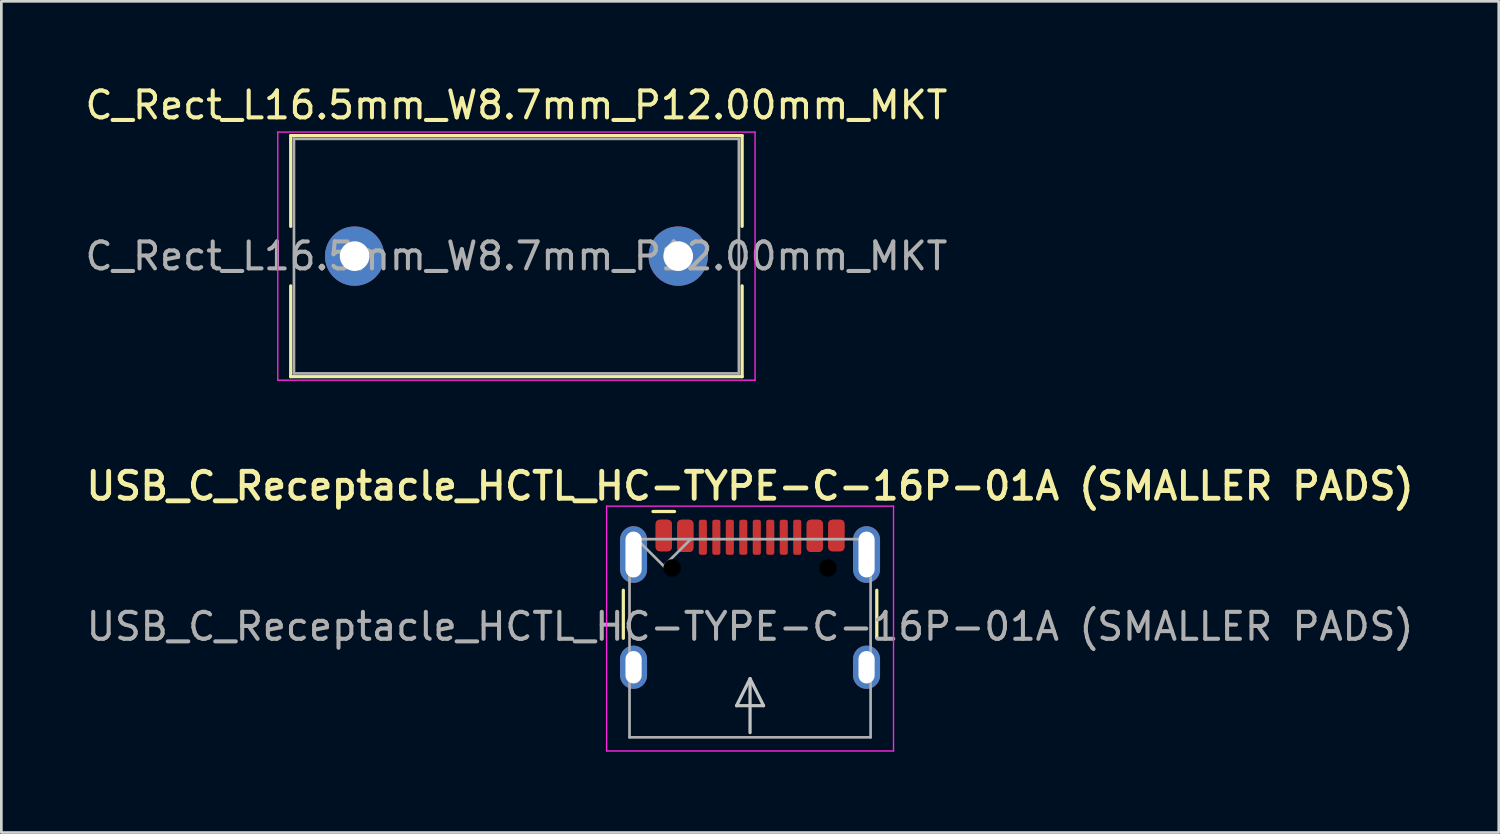
<source format=kicad_pcb>
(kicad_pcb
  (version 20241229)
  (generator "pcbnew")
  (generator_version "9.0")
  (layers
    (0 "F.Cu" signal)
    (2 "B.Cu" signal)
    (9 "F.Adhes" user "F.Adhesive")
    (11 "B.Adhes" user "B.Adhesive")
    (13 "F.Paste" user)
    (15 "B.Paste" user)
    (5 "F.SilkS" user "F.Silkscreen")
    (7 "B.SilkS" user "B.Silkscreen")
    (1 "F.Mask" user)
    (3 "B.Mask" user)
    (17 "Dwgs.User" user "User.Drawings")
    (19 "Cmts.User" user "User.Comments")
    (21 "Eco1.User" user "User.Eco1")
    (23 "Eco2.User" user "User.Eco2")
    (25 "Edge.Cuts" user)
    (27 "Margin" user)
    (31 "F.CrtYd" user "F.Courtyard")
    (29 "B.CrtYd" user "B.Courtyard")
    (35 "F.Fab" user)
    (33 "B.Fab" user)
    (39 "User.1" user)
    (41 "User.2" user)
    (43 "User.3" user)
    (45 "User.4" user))
  (footprint "USB_C_Receptacle_HCTL_HC-TYPE-C-16P-01A (SMALLER PADS)"
    (layer "F.Cu")
    (at 24.765 20.619)
    (property "Reference" "USB_C_Receptacle_HCTL_HC-TYPE-C-16P-01A (SMALLER PADS)" (at 0 -5.645 0) (layer "F.SilkS") (effects (font (size 1 1) (thickness 0.18) (bold yes))))
    (attr smd)
    (fp_line (start -4.7 -1.78) (end -4.7 0) (stroke (width 0.12) (type solid)) (layer "F.SilkS"))
    (fp_line (start -2.8 -4.7) (end -3.6 -4.7) (stroke (width 0.12) (type default)) (layer "F.SilkS"))
    (fp_line (start 4.7 -1.78) (end 4.7 0) (stroke (width 0.12) (type solid)) (layer "F.SilkS"))
    (fp_line (start -0.5 2.5) (end 0 1.5) (stroke (width 0.12) (type default)) (layer "Dwgs.User"))
    (fp_line (start 0 1.5) (end 0.5 2.5) (stroke (width 0.12) (type default)) (layer "Dwgs.User"))
    (fp_line (start 0 3.5) (end 0 1.5) (stroke (width 0.12) (type default)) (layer "Dwgs.User"))
    (fp_line (start 0.5 2.5) (end -0.5 2.5) (stroke (width 0.12) (type default)) (layer "Dwgs.User"))
    (fp_line (start -5.32 -4.9) (end -5.32 4.18) (stroke (width 0.05) (type solid)) (layer "F.CrtYd"))
    (fp_line (start -5.32 -4.9) (end 5.32 -4.9) (stroke (width 0.05) (type solid)) (layer "F.CrtYd"))
    (fp_line (start -5.32 4.18) (end 5.32 4.18) (stroke (width 0.05) (type solid)) (layer "F.CrtYd"))
    (fp_line (start 5.32 -4.9) (end 5.32 4.18) (stroke (width 0.05) (type solid)) (layer "F.CrtYd"))
    (fp_line (start -4.47 -3.675) (end -4.47 3.675) (stroke (width 0.1) (type solid)) (layer "F.Fab"))
    (fp_line (start -4.47 -3.675) (end 4.47 -3.675) (stroke (width 0.1) (type solid)) (layer "F.Fab"))
    (fp_line (start -4.47 3.675) (end 4.47 3.675) (stroke (width 0.1) (type solid)) (layer "F.Fab"))
    (fp_line (start -3.2 -2.675) (end -4.2 -3.675) (stroke (width 0.1) (type default)) (layer "F.Fab"))
    (fp_line (start -3.2 -2.675) (end -2.2 -3.675) (stroke (width 0.1) (type default)) (layer "F.Fab"))
    (fp_line (start 4.47 -3.675) (end 4.47 3.675) (stroke (width 0.1) (type solid)) (layer "F.Fab"))
    (fp_text user "${REFERENCE}" (at 0 -0.435 0) (unlocked yes) (layer "F.Fab") (effects (font (size 1 1) (thickness 0.15))))
    (pad "" np_thru_hole circle (at -2.89 -2.605) (size 0.65 0.65) (drill 0.65) (layers "*.Mask"))
    (pad "" np_thru_hole circle (at 2.89 -2.605) (size 0.65 0.65) (drill 0.65) (layers "*.Mask"))
    (pad "A1" smd roundrect (at -3.2 -3.81) (size 0.6 1.17) (layers "F.Cu" "F.Mask" "F.Paste") (roundrect_rratio 0.25))
    (pad "A4" smd roundrect (at -2.4 -3.797) (size 0.6 1.195) (layers "F.Cu" "F.Mask" "F.Paste") (roundrect_rratio 0.25))
    (pad "A5" smd roundrect (at -1.25 -3.745) (size 0.3 1.3) (layers "F.Cu" "F.Mask" "F.Paste") (roundrect_rratio 0.25))
    (pad "A6" smd roundrect (at -0.25 -3.745) (size 0.3 1.3) (layers "F.Cu" "F.Mask" "F.Paste") (roundrect_rratio 0.25))
    (pad "A7" smd roundrect (at 0.25 -3.745) (size 0.3 1.3) (layers "F.Cu" "F.Mask" "F.Paste") (roundrect_rratio 0.25))
    (pad "A8" smd roundrect (at 1.25 -3.745) (size 0.3 1.3) (layers "F.Cu" "F.Mask" "F.Paste") (roundrect_rratio 0.25))
    (pad "A9" smd roundrect (at 2.4 -3.797) (size 0.6 1.195) (layers "F.Cu" "F.Mask" "F.Paste") (roundrect_rratio 0.25))
    (pad "A12" smd roundrect (at 3.2 -3.81) (size 0.6 1.17) (layers "F.Cu" "F.Mask" "F.Paste") (roundrect_rratio 0.25))
    (pad "B1" smd roundrect (at 3.2 -3.81) (size 0.6 1.17) (layers "F.Cu" "F.Mask" "F.Paste") (roundrect_rratio 0.25))
    (pad "B4" smd roundrect (at 2.4 -3.797) (size 0.6 1.195) (layers "F.Cu" "F.Mask" "F.Paste") (roundrect_rratio 0.25))
    (pad "B5" smd roundrect (at 1.75 -3.745) (size 0.3 1.3) (layers "F.Cu" "F.Mask" "F.Paste") (roundrect_rratio 0.25))
    (pad "B6" smd roundrect (at 0.75 -3.745) (size 0.3 1.3) (layers "F.Cu" "F.Mask" "F.Paste") (roundrect_rratio 0.25))
    (pad "B7" smd roundrect (at -0.75 -3.745) (size 0.3 1.3) (layers "F.Cu" "F.Mask" "F.Paste") (roundrect_rratio 0.25))
    (pad "B8" smd roundrect (at -1.75 -3.745) (size 0.3 1.3) (layers "F.Cu" "F.Mask" "F.Paste") (roundrect_rratio 0.25))
    (pad "B9" smd roundrect (at -2.4 -3.797) (size 0.6 1.195) (layers "F.Cu" "F.Mask" "F.Paste") (roundrect_rratio 0.25))
    (pad "B12" smd roundrect (at -3.2 -3.81) (size 0.6 1.17) (layers "F.Cu" "F.Mask" "F.Paste") (roundrect_rratio 0.25))
    (pad "S1" thru_hole oval (at -4.32 -3.105) (size 1 2.1) (drill oval 0.6 1.7) (layers "*.Cu" "*.Mask"))
    (pad "S1" thru_hole oval (at -4.32 1.075) (size 1 1.6) (drill oval 0.6 1.2) (layers "*.Cu" "*.Mask"))
    (pad "S1" thru_hole oval (at 4.32 -3.105) (size 1 2.1) (drill oval 0.6 1.7) (layers "*.Cu" "*.Mask"))
    (pad "S1" thru_hole oval (at 4.32 1.075) (size 1 1.6) (drill oval 0.6 1.2) (layers "*.Cu" "*.Mask")))
  (footprint "C_Rect_L16.5mm_W8.7mm_P12.00mm_MKT"
    (layer "F.Cu")
    (at 8.601 6.448)
    (property "Reference" "C_Rect_L16.5mm_W8.7mm_P12.00mm_MKT" (at 7.5 -5.6 0) (layer "F.SilkS") (effects (font (size 1 1) (thickness 0.15))))
    (attr through_hole)
    (fp_line (start -0.87 -4.47) (end -0.87 -1.104) (stroke (width 0.12) (type solid)) (layer "F.SilkS"))
    (fp_line (start -0.87 -4.47) (end 15.87 -4.47) (stroke (width 0.12) (type solid)) (layer "F.SilkS"))
    (fp_line (start -0.87 1.104) (end -0.87 4.47) (stroke (width 0.12) (type solid)) (layer "F.SilkS"))
    (fp_line (start -0.87 4.47) (end 15.87 4.47) (stroke (width 0.12) (type solid)) (layer "F.SilkS"))
    (fp_line (start 15.87 -4.47) (end 15.87 -1.104) (stroke (width 0.12) (type solid)) (layer "F.SilkS"))
    (fp_line (start 15.87 1.104) (end 15.87 4.47) (stroke (width 0.12) (type solid)) (layer "F.SilkS"))
    (fp_line (start -1.35 -4.6) (end -1.35 4.6) (stroke (width 0.05) (type solid)) (layer "F.CrtYd"))
    (fp_line (start -1.35 4.6) (end 16.35 4.6) (stroke (width 0.05) (type solid)) (layer "F.CrtYd"))
    (fp_line (start 16.35 -4.6) (end -1.35 -4.6) (stroke (width 0.05) (type solid)) (layer "F.CrtYd"))
    (fp_line (start 16.35 4.6) (end 16.35 -4.6) (stroke (width 0.05) (type solid)) (layer "F.CrtYd"))
    (fp_line (start -0.75 -4.35) (end -0.75 4.35) (stroke (width 0.1) (type solid)) (layer "F.Fab"))
    (fp_line (start -0.75 4.35) (end 15.75 4.35) (stroke (width 0.1) (type solid)) (layer "F.Fab"))
    (fp_line (start 15.75 -4.35) (end -0.75 -4.35) (stroke (width 0.1) (type solid)) (layer "F.Fab"))
    (fp_line (start 15.75 4.35) (end 15.75 -4.35) (stroke (width 0.1) (type solid)) (layer "F.Fab"))
    (fp_text user "${REFERENCE}" (at 7.5 0 0) (layer "F.Fab") (effects (font (size 1 1) (thickness 0.15))))
    (pad "1" thru_hole circle (at 1.5 0) (size 2.2 2.2) (drill 1.1) (layers "*.Cu" "*.Mask"))
    (pad "2" thru_hole circle (at 13.5 0) (size 2.2 2.2) (drill 1.1) (layers "*.Cu" "*.Mask")))
  (gr_rect
    (start -3 -3)
    (end 52.53 27.824)
    (stroke (width 0.1) (type default))
    (fill no)
    (layer "Edge.Cuts")))
</source>
